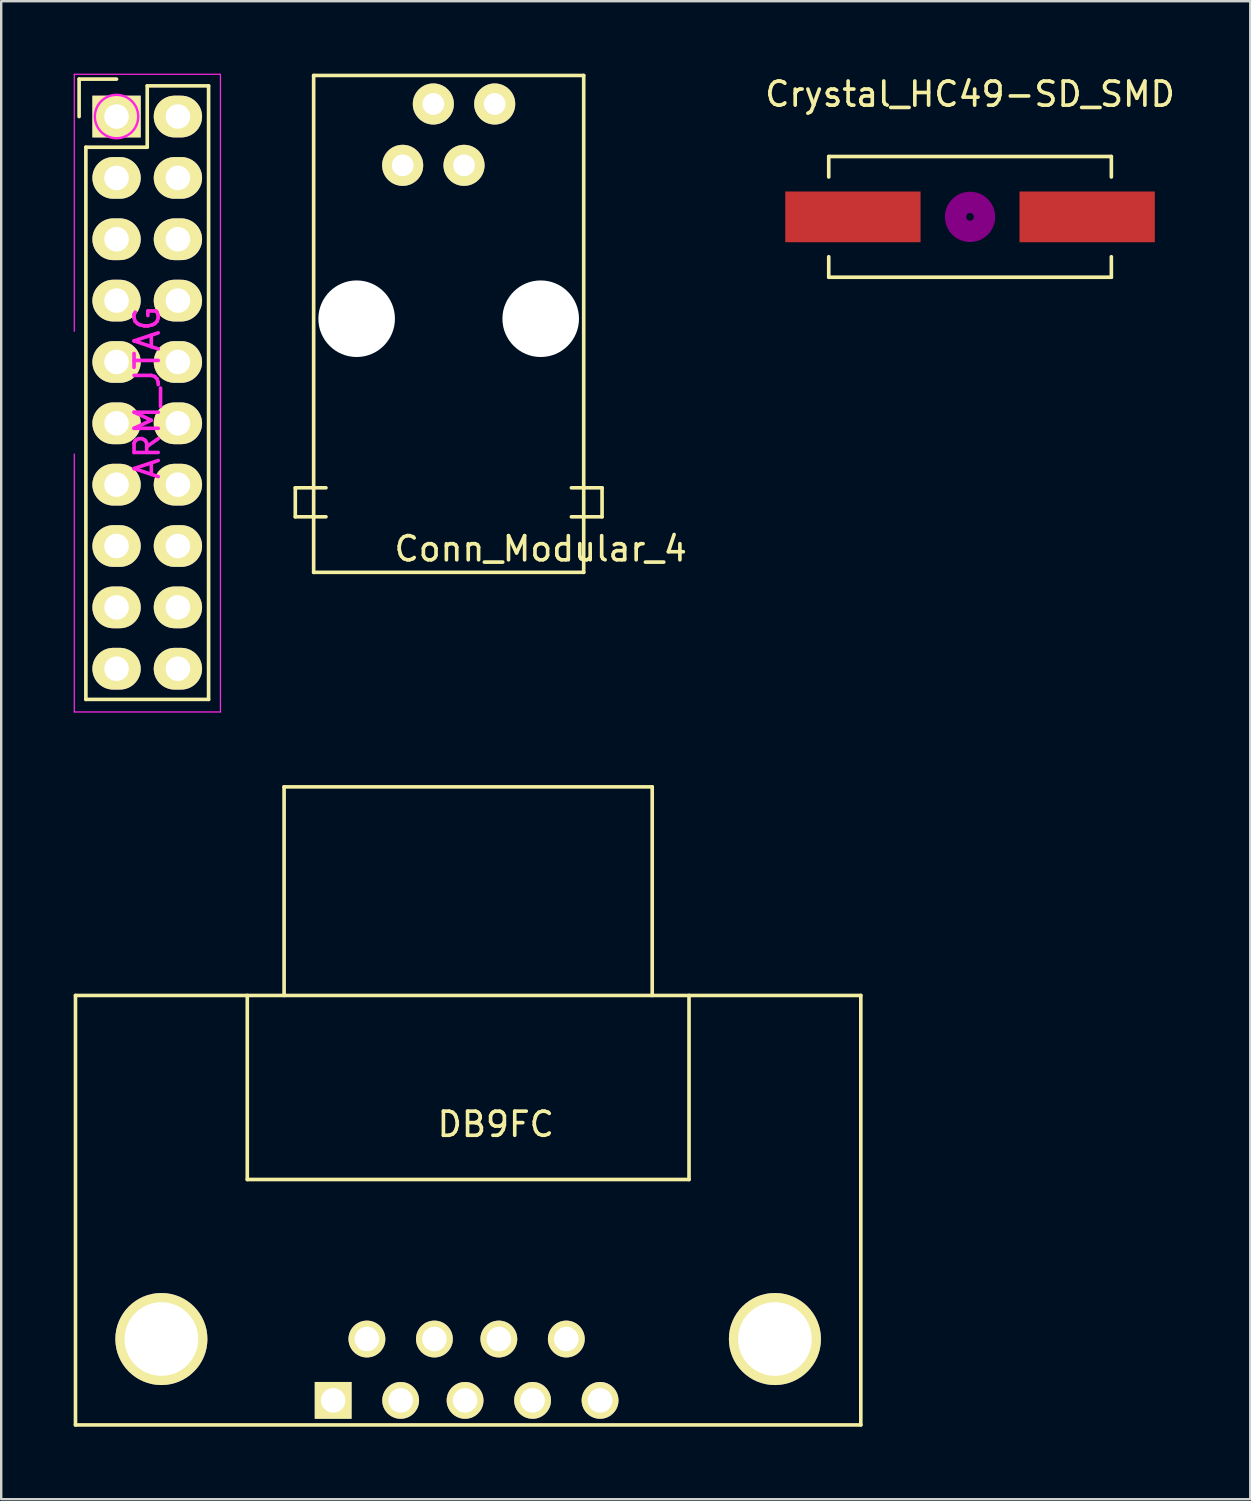
<source format=kicad_pcb>
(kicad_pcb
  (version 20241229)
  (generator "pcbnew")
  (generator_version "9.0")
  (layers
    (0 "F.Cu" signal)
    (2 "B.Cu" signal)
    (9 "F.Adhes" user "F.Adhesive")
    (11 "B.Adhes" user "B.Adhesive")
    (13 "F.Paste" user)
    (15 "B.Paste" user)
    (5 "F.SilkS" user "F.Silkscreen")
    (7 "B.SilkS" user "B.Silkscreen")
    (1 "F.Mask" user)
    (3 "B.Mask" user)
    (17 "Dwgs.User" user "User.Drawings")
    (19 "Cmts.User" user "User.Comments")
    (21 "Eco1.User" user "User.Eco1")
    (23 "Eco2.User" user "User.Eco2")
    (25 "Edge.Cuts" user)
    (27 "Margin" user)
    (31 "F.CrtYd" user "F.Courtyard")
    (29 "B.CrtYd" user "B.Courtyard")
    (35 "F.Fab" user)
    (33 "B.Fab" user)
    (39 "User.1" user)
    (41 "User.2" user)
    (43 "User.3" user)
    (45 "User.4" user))
  (footprint "Conn_Modular_4"
    (layer "F.Cu")
    (at 15.525 10.145)
    (property "Reference" "Conn_Modular_4" (at 3.81 9.525 0) (layer "F.SilkS") (effects (font (size 1 1) (thickness 0.15))))
    (attr through_hole)
    (fp_line (start -6.35 7) (end -5.08 7) (stroke (width 0.15) (type solid)) (layer "F.SilkS"))
    (fp_line (start -6.35 8.2) (end -6.35 7) (stroke (width 0.15) (type solid)) (layer "F.SilkS"))
    (fp_line (start -5.59 -10.07) (end -5.59 10.5) (stroke (width 0.15) (type solid)) (layer "F.SilkS"))
    (fp_line (start -5.59 -10.07) (end 5.59 -10.07) (stroke (width 0.15) (type solid)) (layer "F.SilkS"))
    (fp_line (start -5.59 10.5) (end 5.59 10.5) (stroke (width 0.15) (type solid)) (layer "F.SilkS"))
    (fp_line (start -5.08 8.2) (end -6.35 8.2) (stroke (width 0.15) (type solid)) (layer "F.SilkS"))
    (fp_line (start 5.08 8.2) (end 6.35 8.2) (stroke (width 0.15) (type solid)) (layer "F.SilkS"))
    (fp_line (start 5.59 -10.07) (end 5.59 10.5) (stroke (width 0.15) (type solid)) (layer "F.SilkS"))
    (fp_line (start 6.35 7) (end 5.08 7) (stroke (width 0.15) (type solid)) (layer "F.SilkS"))
    (fp_line (start 6.35 8.2) (end 6.35 7) (stroke (width 0.15) (type solid)) (layer "F.SilkS"))
    (pad "" np_thru_hole circle (at -3.81 0) (size 3.17 3.17) (drill 3.17) (layers "*.Cu" "*.Mask"))
    (pad "" np_thru_hole circle (at 3.81 0) (size 3.17 3.17) (drill 3.17) (layers "*.Cu" "*.Mask"))
    (pad "1" thru_hole circle (at -1.905 -6.35) (size 1.7 1.7) (drill 0.9) (layers "*.Cu" "*.Mask" "F.SilkS"))
    (pad "2" thru_hole circle (at -0.635 -8.89) (size 1.7 1.7) (drill 0.9) (layers "*.Cu" "*.Mask" "F.SilkS"))
    (pad "3" thru_hole circle (at 0.635 -6.35) (size 1.7 1.7) (drill 0.9) (layers "*.Cu" "*.Mask" "F.SilkS"))
    (pad "4" thru_hole circle (at 1.905 -8.89) (size 1.7 1.7) (drill 0.9) (layers "*.Cu" "*.Mask" "F.SilkS")))
  (footprint "ARM_JTAG"
    (layer "F.Cu")
    (at 1.775 1.775)
    (property "Reference" "ARM_JTAG" (at 1.27 11.43 90) (layer "F.CrtYd") (effects (font (size 1 1) (thickness 0.15))))
    (attr through_hole)
    (fp_line (start -1.55 -1.55) (end -1.55 0) (stroke (width 0.15) (type solid)) (layer "F.SilkS"))
    (fp_line (start -1.27 1.27) (end -1.27 24.13) (stroke (width 0.15) (type solid)) (layer "F.SilkS"))
    (fp_line (start 0 -1.55) (end -1.55 -1.55) (stroke (width 0.15) (type solid)) (layer "F.SilkS"))
    (fp_line (start 1.27 -1.27) (end 1.27 1.27) (stroke (width 0.15) (type solid)) (layer "F.SilkS"))
    (fp_line (start 1.27 1.27) (end -1.27 1.27) (stroke (width 0.15) (type solid)) (layer "F.SilkS"))
    (fp_line (start 3.81 -1.27) (end 1.27 -1.27) (stroke (width 0.15) (type solid)) (layer "F.SilkS"))
    (fp_line (start 3.81 24.13) (end -1.27 24.13) (stroke (width 0.15) (type solid)) (layer "F.SilkS"))
    (fp_line (start 3.81 24.13) (end 3.81 -1.27) (stroke (width 0.15) (type solid)) (layer "F.SilkS"))
    (fp_line (start -1.75 -1.75) (end -1.75 8.89) (stroke (width 0.05) (type solid)) (layer "F.CrtYd"))
    (fp_line (start -1.75 -1.75) (end 4.3 -1.75) (stroke (width 0.05) (type solid)) (layer "F.CrtYd"))
    (fp_line (start -1.75 24.65) (end -1.75 13.97) (stroke (width 0.05) (type solid)) (layer "F.CrtYd"))
    (fp_line (start -1.75 24.65) (end 4.3 24.65) (stroke (width 0.05) (type solid)) (layer "F.CrtYd"))
    (fp_line (start 4.3 -1.75) (end 4.3 24.65) (stroke (width 0.05) (type solid)) (layer "F.CrtYd"))
    (fp_circle (center 0 0) (end 0.635 0.635) (stroke (width 0.1) (type solid)) (fill no) (layer "F.CrtYd"))
    (pad "1" thru_hole rect (at 0 0) (size 2 1.727) (drill 1.016) (layers "*.Cu" "*.Mask" "F.SilkS"))
    (pad "2" thru_hole oval (at 2.54 0) (size 2 1.727) (drill 1.016) (layers "*.Cu" "*.Mask" "F.SilkS"))
    (pad "3" thru_hole oval (at 0 2.54) (size 2 1.727) (drill 1.016) (layers "*.Cu" "*.Mask" "F.SilkS"))
    (pad "4" thru_hole oval (at 2.54 2.54) (size 2 1.727) (drill 1.016) (layers "*.Cu" "*.Mask" "F.SilkS"))
    (pad "5" thru_hole oval (at 0 5.08) (size 2 1.727) (drill 1.016) (layers "*.Cu" "*.Mask" "F.SilkS"))
    (pad "6" thru_hole oval (at 2.54 5.08) (size 2 1.727) (drill 1.016) (layers "*.Cu" "*.Mask" "F.SilkS"))
    (pad "7" thru_hole oval (at 0 7.62) (size 2 1.727) (drill 1.016) (layers "*.Cu" "*.Mask" "F.SilkS"))
    (pad "8" thru_hole oval (at 2.54 7.62) (size 2 1.727) (drill 1.016) (layers "*.Cu" "*.Mask" "F.SilkS"))
    (pad "9" thru_hole oval (at 0 10.16) (size 2 1.727) (drill 1.016) (layers "*.Cu" "*.Mask" "F.SilkS"))
    (pad "10" thru_hole oval (at 2.54 10.16) (size 2 1.727) (drill 1.016) (layers "*.Cu" "*.Mask" "F.SilkS"))
    (pad "11" thru_hole oval (at 0 12.7) (size 2 1.727) (drill 1.016) (layers "*.Cu" "*.Mask" "F.SilkS"))
    (pad "12" thru_hole oval (at 2.54 12.7) (size 2 1.727) (drill 1.016) (layers "*.Cu" "*.Mask" "F.SilkS"))
    (pad "13" thru_hole oval (at 0 15.24) (size 2 1.727) (drill 1.016) (layers "*.Cu" "*.Mask" "F.SilkS"))
    (pad "14" thru_hole oval (at 2.54 15.24) (size 2 1.727) (drill 1.016) (layers "*.Cu" "*.Mask" "F.SilkS"))
    (pad "15" thru_hole oval (at 0 17.78) (size 2 1.727) (drill 1.016) (layers "*.Cu" "*.Mask" "F.SilkS"))
    (pad "16" thru_hole oval (at 2.54 17.78) (size 2 1.727) (drill 1.016) (layers "*.Cu" "*.Mask" "F.SilkS"))
    (pad "17" thru_hole oval (at 0 20.32) (size 2 1.727) (drill 1.016) (layers "*.Cu" "*.Mask" "F.SilkS"))
    (pad "18" thru_hole oval (at 2.54 20.32) (size 2 1.727) (drill 1.016) (layers "*.Cu" "*.Mask" "F.SilkS"))
    (pad "19" thru_hole oval (at 0 22.86) (size 2 1.727) (drill 1.016) (layers "*.Cu" "*.Mask" "F.SilkS"))
    (pad "20" thru_hole oval (at 2.54 22.86) (size 2 1.727) (drill 1.016) (layers "*.Cu" "*.Mask" "F.SilkS")))
  (footprint "Crystal_HC49-SD_SMD"
    (layer "F.Cu")
    (at 37.109 5.928)
    (property "Reference" "Crystal_HC49-SD_SMD" (at 0 -5.08 0) (layer "F.SilkS") (effects (font (size 1 1) (thickness 0.15))))
    (attr smd)
    (fp_line (start -5.85 -2.499) (end -5.85 -1.651) (stroke (width 0.15) (type solid)) (layer "F.SilkS"))
    (fp_line (start -5.85 2.499) (end -5.85 1.651) (stroke (width 0.15) (type solid)) (layer "F.SilkS"))
    (fp_line (start -5.85 2.499) (end 5.85 2.499) (stroke (width 0.15) (type solid)) (layer "F.SilkS"))
    (fp_line (start 5.85 -2.499) (end -5.85 -2.499) (stroke (width 0.15) (type solid)) (layer "F.SilkS"))
    (fp_line (start 5.85 -2.499) (end 5.85 -1.651) (stroke (width 0.15) (type solid)) (layer "F.SilkS"))
    (fp_line (start 5.85 2.499) (end 5.85 1.651) (stroke (width 0.15) (type solid)) (layer "F.SilkS"))
    (fp_circle (center 0 0) (end 0.15 0.051) (stroke (width 0.381) (type solid)) (fill no) (layer "F.Adhes"))
    (fp_circle (center 0 0) (end 0.5 0) (stroke (width 0.381) (type solid)) (fill no) (layer "F.Adhes"))
    (fp_circle (center 0 0) (end 0.851 0) (stroke (width 0.381) (type solid)) (fill no) (layer "F.Adhes"))
    (pad "1" smd rect (at -4.849 0) (size 5.601 2.101) (layers "F.Cu" "F.Mask" "F.Paste"))
    (pad "2" smd rect (at 4.849 0) (size 5.601 2.101) (layers "F.Cu" "F.Mask" "F.Paste")))
  (footprint "DB9FC"
    (layer "F.Cu")
    (at 16.204 53.655)
    (property "Reference" "DB9FC" (at 1.27 -10.16 0) (layer "F.SilkS") (effects (font (size 1 1) (thickness 0.15))))
    (attr through_hole)
    (fp_line (start -16.129 -15.494) (end -16.129 2.286) (stroke (width 0.15) (type solid)) (layer "F.SilkS"))
    (fp_line (start -16.129 2.286) (end 16.383 2.286) (stroke (width 0.15) (type solid)) (layer "F.SilkS"))
    (fp_line (start -9.017 -15.494) (end -9.017 -7.874) (stroke (width 0.15) (type solid)) (layer "F.SilkS"))
    (fp_line (start -9.017 -7.874) (end 9.271 -7.874) (stroke (width 0.15) (type solid)) (layer "F.SilkS"))
    (fp_line (start -7.493 -24.13) (end 7.747 -24.13) (stroke (width 0.15) (type solid)) (layer "F.SilkS"))
    (fp_line (start -7.493 -15.494) (end -7.493 -24.13) (stroke (width 0.15) (type solid)) (layer "F.SilkS"))
    (fp_line (start 7.747 -24.13) (end 7.747 -15.494) (stroke (width 0.15) (type solid)) (layer "F.SilkS"))
    (fp_line (start 9.271 -7.874) (end 9.271 -15.494) (stroke (width 0.15) (type solid)) (layer "F.SilkS"))
    (fp_line (start 16.383 -15.494) (end -16.129 -15.494) (stroke (width 0.15) (type solid)) (layer "F.SilkS"))
    (fp_line (start 16.383 2.286) (end 16.383 -15.494) (stroke (width 0.15) (type solid)) (layer "F.SilkS"))
    (pad "" thru_hole circle (at -12.573 -1.27) (size 3.81 3.81) (drill 3.048) (layers "*.Cu" "*.Mask" "F.SilkS"))
    (pad "" thru_hole circle (at 12.827 -1.27) (size 3.81 3.81) (drill 3.048) (layers "*.Cu" "*.Mask" "F.SilkS"))
    (pad "1" thru_hole rect (at -5.461 1.27) (size 1.524 1.524) (drill 1.016) (layers "*.Cu" "*.Mask" "F.SilkS"))
    (pad "2" thru_hole circle (at -2.667 1.27) (size 1.524 1.524) (drill 1.016) (layers "*.Cu" "*.Mask" "F.SilkS"))
    (pad "3" thru_hole circle (at 0 1.27) (size 1.524 1.524) (drill 1.016) (layers "*.Cu" "*.Mask" "F.SilkS"))
    (pad "4" thru_hole circle (at 2.794 1.27) (size 1.524 1.524) (drill 1.016) (layers "*.Cu" "*.Mask" "F.SilkS"))
    (pad "5" thru_hole circle (at 5.588 1.27) (size 1.524 1.524) (drill 1.016) (layers "*.Cu" "*.Mask" "F.SilkS"))
    (pad "6" thru_hole circle (at -4.064 -1.27) (size 1.524 1.524) (drill 1.016) (layers "*.Cu" "*.Mask" "F.SilkS"))
    (pad "7" thru_hole circle (at -1.27 -1.27) (size 1.524 1.524) (drill 1.016) (layers "*.Cu" "*.Mask" "F.SilkS"))
    (pad "8" thru_hole circle (at 1.397 -1.27) (size 1.524 1.524) (drill 1.016) (layers "*.Cu" "*.Mask" "F.SilkS"))
    (pad "9" thru_hole circle (at 4.191 -1.27) (size 1.524 1.524) (drill 1.016) (layers "*.Cu" "*.Mask" "F.SilkS")))
  (gr_rect
    (start -3 -3)
    (end 48.71 59.016)
    (stroke (width 0.1) (type default))
    (fill no)
    (layer "Edge.Cuts")))
</source>
